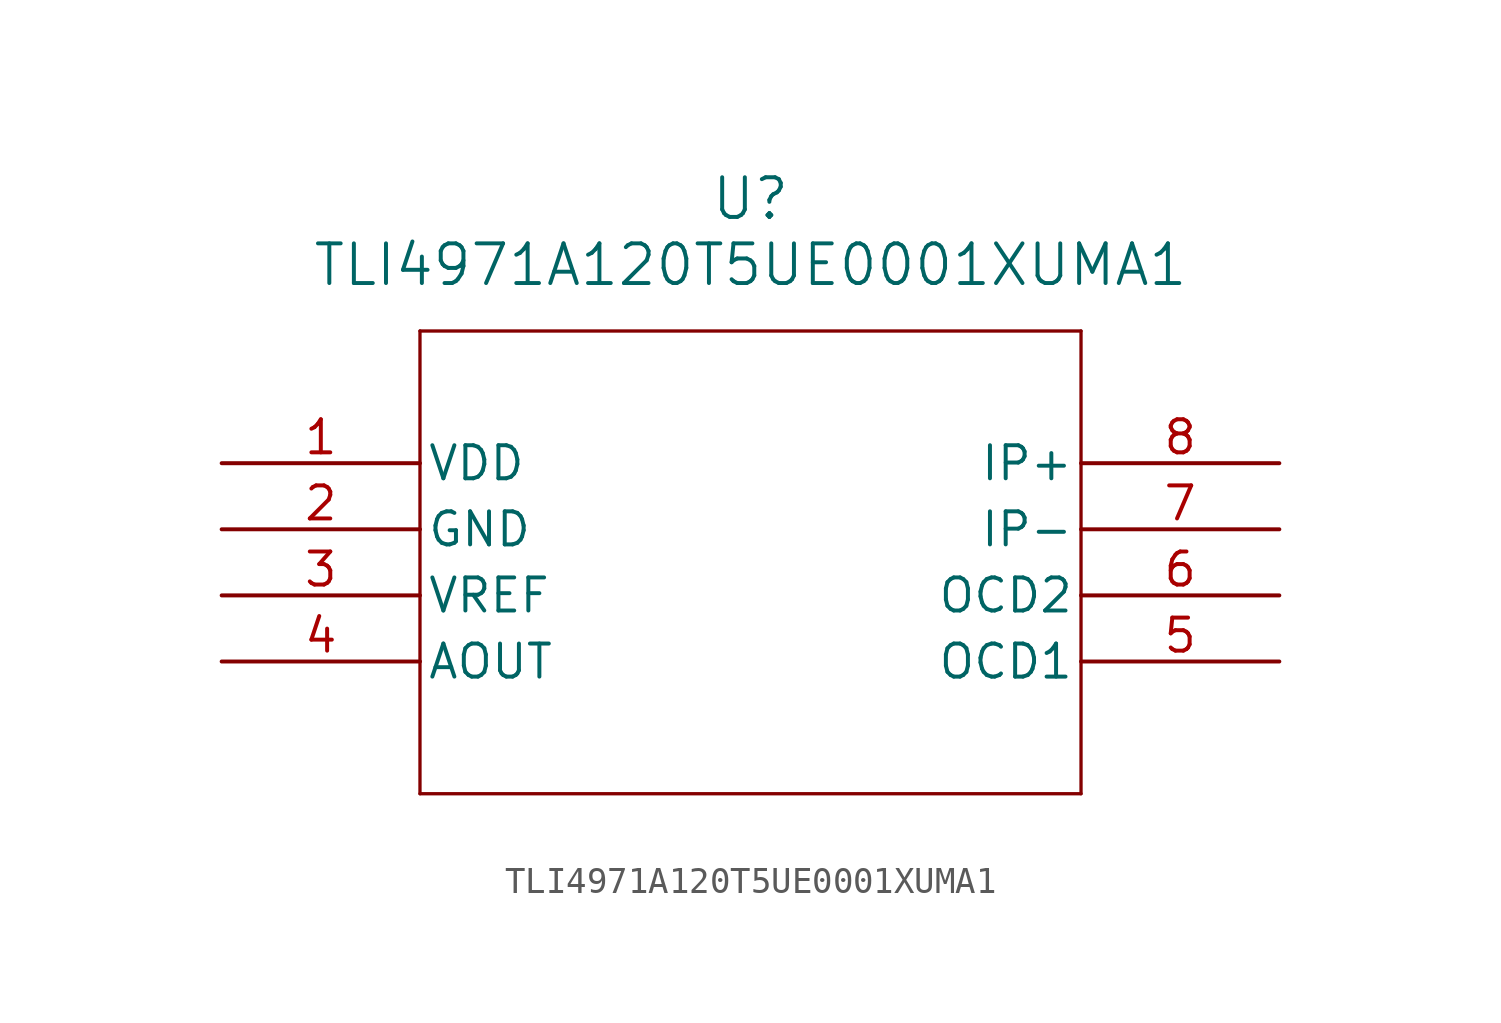
<source format=kicad_sym>
(kicad_symbol_lib
  (version 20211014)
  (generator kicad_symbol_editor)
  (symbol "TLI4971A120T5UE0001XUMA1"
    (pin_names
      (offset 0.254))
    (property "Reference" "U"
      (at 20.32 10.16 0)
      (effects (font (size 1.524 1.524))))
    (property "Value" "TLI4971A120T5UE0001XUMA1"
      (at 20.32 7.62 0)
      (effects (font (size 1.524 1.524))))
    (symbol "TLI4971A120T5UE0001XUMA1_0_1"
      (polyline (pts (xy 7.62 5.08) (xy 7.62 -12.7)) (stroke (width 0.127) (type default) (color 0 0 0 0)) (fill (type none)))
      (polyline (pts (xy 7.62 -12.7) (xy 33.02 -12.7)) (stroke (width 0.127) (type default) (color 0 0 0 0)) (fill (type none)))
      (polyline (pts (xy 33.02 -12.7) (xy 33.02 5.08)) (stroke (width 0.127) (type default) (color 0 0 0 0)) (fill (type none)))
      (polyline (pts (xy 33.02 5.08) (xy 7.62 5.08)) (stroke (width 0.127) (type default) (color 0 0 0 0)) (fill (type none)))
      (pin power_in line (at 0 0 0) (length 7.62) (name "VDD" (effects (font (size 1.27 1.27)))) (number "1" (effects (font (size 1.27 1.27)))))
      (pin power_in line (at 0 -2.54 0) (length 7.62) (name "GND" (effects (font (size 1.27 1.27)))) (number "2" (effects (font (size 1.27 1.27)))))
      (pin power_in line (at 0 -5.08 0) (length 7.62) (name "VREF" (effects (font (size 1.27 1.27)))) (number "3" (effects (font (size 1.27 1.27)))))
      (pin output line (at 0 -7.62 0) (length 7.62) (name "AOUT" (effects (font (size 1.27 1.27)))) (number "4" (effects (font (size 1.27 1.27)))))
      (pin output line (at 40.64 -7.62 180) (length 7.62) (name "OCD1" (effects (font (size 1.27 1.27)))) (number "5" (effects (font (size 1.27 1.27)))))
      (pin output line (at 40.64 -5.08 180) (length 7.62) (name "OCD2" (effects (font (size 1.27 1.27)))) (number "6" (effects (font (size 1.27 1.27)))))
      (pin power_in line (at 40.64 -2.54 180) (length 7.62) (name "IP-" (effects (font (size 1.27 1.27)))) (number "7" (effects (font (size 1.27 1.27)))))
      (pin power_in line (at 40.64 0 180) (length 7.62) (name "IP+" (effects (font (size 1.27 1.27)))) (number "8" (effects (font (size 1.27 1.27))))))))
</source>
